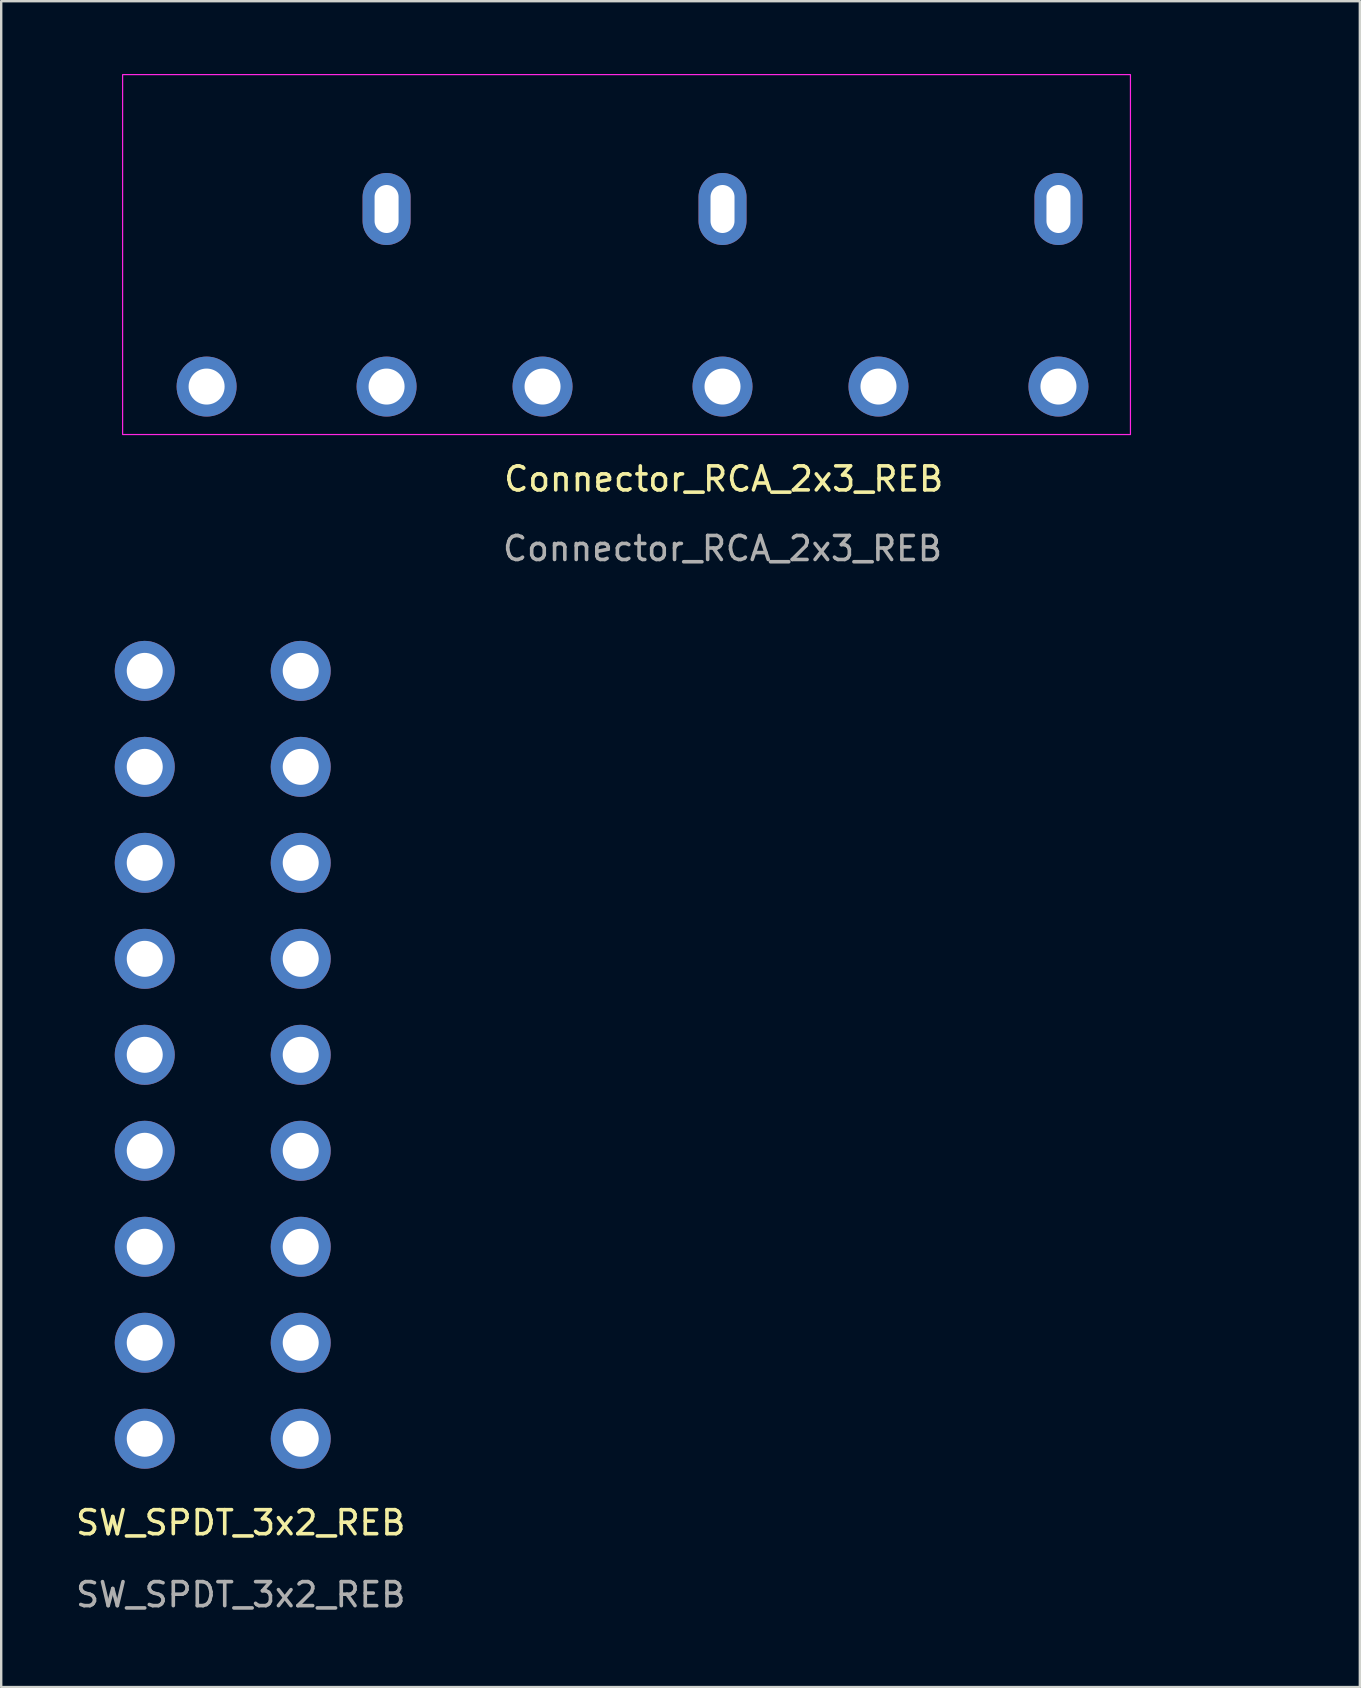
<source format=kicad_pcb>
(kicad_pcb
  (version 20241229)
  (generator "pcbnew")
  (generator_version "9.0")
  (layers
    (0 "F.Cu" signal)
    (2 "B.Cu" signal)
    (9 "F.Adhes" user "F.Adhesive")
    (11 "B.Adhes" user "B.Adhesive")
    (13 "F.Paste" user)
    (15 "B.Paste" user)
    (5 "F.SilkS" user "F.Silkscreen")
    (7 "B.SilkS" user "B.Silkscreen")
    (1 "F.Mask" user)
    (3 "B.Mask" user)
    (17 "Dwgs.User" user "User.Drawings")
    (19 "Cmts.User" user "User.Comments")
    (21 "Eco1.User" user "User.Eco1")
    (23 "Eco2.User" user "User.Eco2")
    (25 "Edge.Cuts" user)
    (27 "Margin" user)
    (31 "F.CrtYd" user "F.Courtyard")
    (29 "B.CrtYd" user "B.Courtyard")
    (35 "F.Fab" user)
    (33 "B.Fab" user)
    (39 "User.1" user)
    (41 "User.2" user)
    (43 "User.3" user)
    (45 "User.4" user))
  (footprint "Connector_RCA_2x3_REB"
    (layer "F.Cu")
    (at 27.06 13.06)
    (property "Reference" "Connector_RCA_2x3_REB" (at 0.05 3.85 0) (unlocked yes) (layer "F.SilkS") (effects (font (size 1 1) (thickness 0.15))))
    (attr through_hole)
    (fp_rect (start 17 -13) (end -25 2) (stroke (width 0.05) (type solid)) (fill no) (layer "F.CrtYd"))
    (fp_rect (start -27 -13) (end 23.5 -7.4) (stroke (width 0.12) (type solid)) (fill no) (layer "User.1"))
    (fp_rect (start -27 -13) (end 23.5 -3.95) (stroke (width 0.12) (type solid)) (fill no) (layer "User.1"))
    (fp_rect (start -27 0) (end 23.5 -13) (stroke (width 0.12) (type solid)) (fill no) (layer "User.1"))
    (fp_text user "${REFERENCE}" (at 0 6.75 0) (unlocked yes) (layer "F.Fab") (effects (font (size 1 1) (thickness 0.15))))
    (pad "1" thru_hole circle (at -14 0) (size 2.5 2.5) (drill 1.5) (layers "*.Cu" "*.Mask"))
    (pad "2" thru_hole circle (at 0 0) (size 2.5 2.5) (drill 1.5) (layers "*.Cu" "*.Mask"))
    (pad "3" thru_hole circle (at 14 0) (size 2.5 2.5) (drill 1.5) (layers "*.Cu" "*.Mask"))
    (pad "4" thru_hole circle (at -21.5 0) (size 2.5 2.5) (drill 1.5) (layers "*.Cu" "*.Mask"))
    (pad "5" thru_hole circle (at -7.5 0) (size 2.5 2.5) (drill 1.5) (layers "*.Cu" "*.Mask"))
    (pad "6" thru_hole circle (at 6.5 0) (size 2.5 2.5) (drill 1.5) (layers "*.Cu" "*.Mask"))
    (pad "7" thru_hole oval (at 14 -7.4) (size 2 3) (drill oval 1 2) (layers "*.Cu" "*.Mask"))
    (pad "8" thru_hole oval (at 0 -7.4) (size 2 3) (drill oval 1 2) (layers "*.Cu" "*.Mask"))
    (pad "9" thru_hole oval (at -14 -7.4) (size 2 3) (drill oval 1 2) (layers "*.Cu" "*.Mask")))
  (footprint "SW_SPDT_3x2_REB"
    (layer "F.Cu")
    (at 2.982 56.908)
    (property "Reference" "SW_SPDT_3x2_REB" (at 4 3.5 0) (unlocked yes) (layer "F.SilkS") (effects (font (size 1 1) (thickness 0.15))))
    (attr through_hole)
    (fp_text user "${REFERENCE}" (at 4 6.5 0) (unlocked yes) (layer "F.Fab") (effects (font (size 1 1) (thickness 0.15))))
    (pad "1" thru_hole circle (at 0 0) (size 2.5 2.5) (drill 1.5) (layers "*.Cu" "*.Mask"))
    (pad "2" thru_hole circle (at 0 -4) (size 2.5 2.5) (drill 1.5) (layers "*.Cu" "*.Mask"))
    (pad "3" thru_hole circle (at 0 -8) (size 2.5 2.5) (drill 1.5) (layers "*.Cu" "*.Mask"))
    (pad "4" thru_hole circle (at 0 -12) (size 2.5 2.5) (drill 1.5) (layers "*.Cu" "*.Mask"))
    (pad "5" thru_hole circle (at 0 -16) (size 2.5 2.5) (drill 1.5) (layers "*.Cu" "*.Mask"))
    (pad "6" thru_hole circle (at 0 -20) (size 2.5 2.5) (drill 1.5) (layers "*.Cu" "*.Mask"))
    (pad "7" thru_hole circle (at 0 -24) (size 2.5 2.5) (drill 1.5) (layers "*.Cu" "*.Mask"))
    (pad "8" thru_hole circle (at 0 -28) (size 2.5 2.5) (drill 1.5) (layers "*.Cu" "*.Mask"))
    (pad "9" thru_hole circle (at 0 -32) (size 2.5 2.5) (drill 1.5) (layers "*.Cu" "*.Mask"))
    (pad "10" thru_hole circle (at 6.5 -32) (size 2.5 2.5) (drill 1.5) (layers "*.Cu" "*.Mask"))
    (pad "11" thru_hole circle (at 6.5 -28) (size 2.5 2.5) (drill 1.5) (layers "*.Cu" "*.Mask"))
    (pad "12" thru_hole circle (at 6.5 -24) (size 2.5 2.5) (drill 1.5) (layers "*.Cu" "*.Mask"))
    (pad "13" thru_hole circle (at 6.5 -20) (size 2.5 2.5) (drill 1.5) (layers "*.Cu" "*.Mask"))
    (pad "14" thru_hole circle (at 6.5 -16) (size 2.5 2.5) (drill 1.5) (layers "*.Cu" "*.Mask"))
    (pad "15" thru_hole circle (at 6.5 -12) (size 2.5 2.5) (drill 1.5) (layers "*.Cu" "*.Mask"))
    (pad "16" thru_hole circle (at 6.5 -8) (size 2.5 2.5) (drill 1.5) (layers "*.Cu" "*.Mask"))
    (pad "17" thru_hole circle (at 6.5 -4) (size 2.5 2.5) (drill 1.5) (layers "*.Cu" "*.Mask"))
    (pad "18" thru_hole circle (at 6.5 0) (size 2.5 2.5) (drill 1.5) (layers "*.Cu" "*.Mask")))
  (gr_rect
    (start -3 -3)
    (end 53.62 67.257)
    (stroke (width 0.1) (type default))
    (fill no)
    (layer "Edge.Cuts")))
</source>
